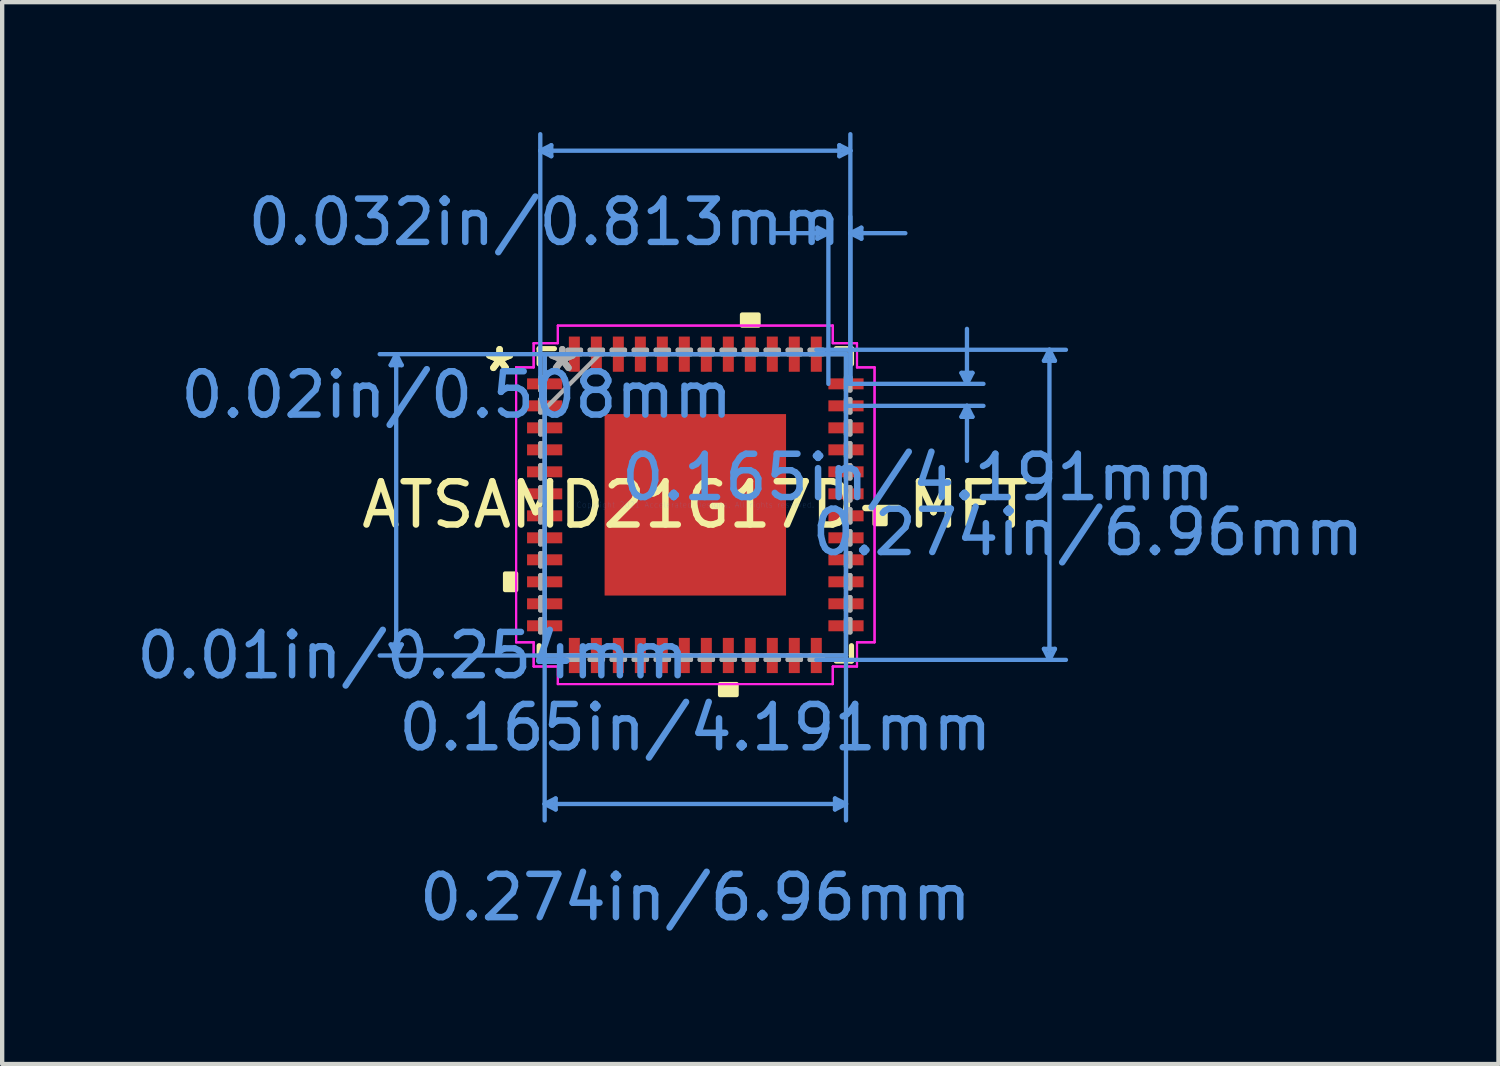
<source format=kicad_pcb>
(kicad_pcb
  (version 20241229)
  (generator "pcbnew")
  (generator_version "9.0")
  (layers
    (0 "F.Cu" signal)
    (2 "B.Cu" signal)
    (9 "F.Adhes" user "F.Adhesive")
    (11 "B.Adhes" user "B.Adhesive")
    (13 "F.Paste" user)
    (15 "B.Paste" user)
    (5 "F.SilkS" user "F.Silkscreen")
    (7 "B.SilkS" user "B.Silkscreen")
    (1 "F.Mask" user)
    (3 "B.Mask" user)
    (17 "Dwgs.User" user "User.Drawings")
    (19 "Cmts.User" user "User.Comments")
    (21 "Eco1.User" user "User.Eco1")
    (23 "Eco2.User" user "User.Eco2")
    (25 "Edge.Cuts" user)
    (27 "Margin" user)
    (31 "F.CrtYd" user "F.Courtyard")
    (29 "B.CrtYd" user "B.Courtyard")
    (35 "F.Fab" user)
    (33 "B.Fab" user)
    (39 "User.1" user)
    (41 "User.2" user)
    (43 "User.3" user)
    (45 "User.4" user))
  (footprint "ATSAMD21G17D-MFT"
    (layer "F.Cu")
    (at 13.01 8.61)
    (property "Reference" "ATSAMD21G17D-MFT" (at 0 0 0) (layer "F.SilkS") (effects (font (size 1 1) (thickness 0.15))))
    (attr through_hole)
    (fp_line (start -3.607 -3.607) (end -3.607 -3.254) (stroke (width 0.12) (type solid)) (layer "F.SilkS"))
    (fp_line (start -3.607 3.254) (end -3.607 3.607) (stroke (width 0.12) (type solid)) (layer "F.SilkS"))
    (fp_line (start -3.607 3.607) (end -3.254 3.607) (stroke (width 0.12) (type solid)) (layer "F.SilkS"))
    (fp_line (start -3.254 -3.607) (end -3.607 -3.607) (stroke (width 0.12) (type solid)) (layer "F.SilkS"))
    (fp_line (start 3.254 3.607) (end 3.607 3.607) (stroke (width 0.12) (type solid)) (layer "F.SilkS"))
    (fp_line (start 3.607 -3.607) (end 3.254 -3.607) (stroke (width 0.12) (type solid)) (layer "F.SilkS"))
    (fp_line (start 3.607 -3.254) (end 3.607 -3.607) (stroke (width 0.12) (type solid)) (layer "F.SilkS"))
    (fp_line (start 3.607 3.607) (end 3.607 3.254) (stroke (width 0.12) (type solid)) (layer "F.SilkS"))
    (fp_poly (pts (xy -4.394 1.587) (xy -4.394 1.968) (xy -4.14 1.968) (xy -4.14 1.587)) (stroke (width 0.1) (type solid)) (fill yes) (layer "F.SilkS"))
    (fp_poly (pts (xy 0.572 4.14) (xy 0.572 4.394) (xy 0.953 4.394) (xy 0.953 4.14)) (stroke (width 0.1) (type solid)) (fill yes) (layer "F.SilkS"))
    (fp_poly (pts (xy 1.079 -4.14) (xy 1.079 -4.394) (xy 1.46 -4.394) (xy 1.46 -4.14)) (stroke (width 0.1) (type solid)) (fill yes) (layer "F.SilkS"))
    (fp_poly (pts (xy 4.394 0.064) (xy 4.394 0.445) (xy 4.14 0.445) (xy 4.14 0.064)) (stroke (width 0.1) (type solid)) (fill yes) (layer "F.SilkS"))
    (fp_poly (pts (xy -1.996 -1.996) (xy -1.996 -0.798) (xy -0.798 -0.798) (xy -0.798 -1.996)) (stroke (width 0.1) (type solid)) (fill yes) (layer "F.Paste"))
    (fp_poly (pts (xy -1.996 -0.599) (xy -1.996 0.599) (xy -0.798 0.599) (xy -0.798 -0.599)) (stroke (width 0.1) (type solid)) (fill yes) (layer "F.Paste"))
    (fp_poly (pts (xy -1.996 0.798) (xy -1.996 1.996) (xy -0.798 1.996) (xy -0.798 0.798)) (stroke (width 0.1) (type solid)) (fill yes) (layer "F.Paste"))
    (fp_poly (pts (xy -0.599 -1.996) (xy -0.599 -0.798) (xy 0.599 -0.798) (xy 0.599 -1.996)) (stroke (width 0.1) (type solid)) (fill yes) (layer "F.Paste"))
    (fp_poly (pts (xy -0.599 -0.599) (xy -0.599 0.599) (xy 0.599 0.599) (xy 0.599 -0.599)) (stroke (width 0.1) (type solid)) (fill yes) (layer "F.Paste"))
    (fp_poly (pts (xy -0.599 0.798) (xy -0.599 1.996) (xy 0.599 1.996) (xy 0.599 0.798)) (stroke (width 0.1) (type solid)) (fill yes) (layer "F.Paste"))
    (fp_poly (pts (xy 0.798 -1.996) (xy 0.798 -0.798) (xy 1.996 -0.798) (xy 1.996 -1.996)) (stroke (width 0.1) (type solid)) (fill yes) (layer "F.Paste"))
    (fp_poly (pts (xy 0.798 -0.599) (xy 0.798 0.599) (xy 1.996 0.599) (xy 1.996 -0.599)) (stroke (width 0.1) (type solid)) (fill yes) (layer "F.Paste"))
    (fp_poly (pts (xy 0.798 0.798) (xy 0.798 1.996) (xy 1.996 1.996) (xy 1.996 0.798)) (stroke (width 0.1) (type solid)) (fill yes) (layer "F.Paste"))
    (fp_line (start -7.036 -3.226) (end -6.782 -3.226) (stroke (width 0.1) (type solid)) (layer "Cmts.User"))
    (fp_line (start -7.036 3.226) (end -6.782 3.226) (stroke (width 0.1) (type solid)) (layer "Cmts.User"))
    (fp_line (start -6.909 -3.48) (end -7.036 -3.226) (stroke (width 0.1) (type solid)) (layer "Cmts.User"))
    (fp_line (start -6.909 -3.48) (end -6.909 3.48) (stroke (width 0.1) (type solid)) (layer "Cmts.User"))
    (fp_line (start -6.909 -3.48) (end -6.782 -3.226) (stroke (width 0.1) (type solid)) (layer "Cmts.User"))
    (fp_line (start -6.909 3.48) (end -7.036 3.226) (stroke (width 0.1) (type solid)) (layer "Cmts.User"))
    (fp_line (start -6.909 3.48) (end -6.782 3.226) (stroke (width 0.1) (type solid)) (layer "Cmts.User"))
    (fp_line (start -3.581 -8.179) (end -3.327 -8.306) (stroke (width 0.1) (type solid)) (layer "Cmts.User"))
    (fp_line (start -3.581 -8.179) (end -3.327 -8.052) (stroke (width 0.1) (type solid)) (layer "Cmts.User"))
    (fp_line (start -3.581 -8.179) (end 3.581 -8.179) (stroke (width 0.1) (type solid)) (layer "Cmts.User"))
    (fp_line (start -3.581 -2.794) (end -3.581 -8.56) (stroke (width 0.1) (type solid)) (layer "Cmts.User"))
    (fp_line (start -3.48 -3.48) (end -3.48 7.29) (stroke (width 0.1) (type solid)) (layer "Cmts.User"))
    (fp_line (start -3.48 6.909) (end -3.226 6.782) (stroke (width 0.1) (type solid)) (layer "Cmts.User"))
    (fp_line (start -3.48 6.909) (end -3.226 7.036) (stroke (width 0.1) (type solid)) (layer "Cmts.User"))
    (fp_line (start -3.48 6.909) (end 3.48 6.909) (stroke (width 0.1) (type solid)) (layer "Cmts.User"))
    (fp_line (start -3.327 -8.306) (end -3.327 -8.052) (stroke (width 0.1) (type solid)) (layer "Cmts.User"))
    (fp_line (start -3.226 6.782) (end -3.226 7.036) (stroke (width 0.1) (type solid)) (layer "Cmts.User"))
    (fp_line (start 2.794 -3.581) (end 8.56 -3.581) (stroke (width 0.1) (type solid)) (layer "Cmts.User"))
    (fp_line (start 2.794 3.581) (end 8.56 3.581) (stroke (width 0.1) (type solid)) (layer "Cmts.User"))
    (fp_line (start 2.819 -6.401) (end 2.819 -6.147) (stroke (width 0.1) (type solid)) (layer "Cmts.User"))
    (fp_line (start 3.073 -6.274) (end 1.803 -6.274) (stroke (width 0.1) (type solid)) (layer "Cmts.User"))
    (fp_line (start 3.073 -6.274) (end 2.819 -6.401) (stroke (width 0.1) (type solid)) (layer "Cmts.User"))
    (fp_line (start 3.073 -6.274) (end 2.819 -6.147) (stroke (width 0.1) (type solid)) (layer "Cmts.User"))
    (fp_line (start 3.073 -2.794) (end 3.073 -6.655) (stroke (width 0.1) (type solid)) (layer "Cmts.User"))
    (fp_line (start 3.226 6.782) (end 3.226 7.036) (stroke (width 0.1) (type solid)) (layer "Cmts.User"))
    (fp_line (start 3.327 -8.306) (end 3.327 -8.052) (stroke (width 0.1) (type solid)) (layer "Cmts.User"))
    (fp_line (start 3.48 -3.48) (end -7.29 -3.48) (stroke (width 0.1) (type solid)) (layer "Cmts.User"))
    (fp_line (start 3.48 -3.48) (end 3.48 7.29) (stroke (width 0.1) (type solid)) (layer "Cmts.User"))
    (fp_line (start 3.48 -2.794) (end 6.655 -2.794) (stroke (width 0.1) (type solid)) (layer "Cmts.User"))
    (fp_line (start 3.48 -2.286) (end 6.655 -2.286) (stroke (width 0.1) (type solid)) (layer "Cmts.User"))
    (fp_line (start 3.48 3.48) (end -7.29 3.48) (stroke (width 0.1) (type solid)) (layer "Cmts.User"))
    (fp_line (start 3.48 6.909) (end 3.226 6.782) (stroke (width 0.1) (type solid)) (layer "Cmts.User"))
    (fp_line (start 3.48 6.909) (end 3.226 7.036) (stroke (width 0.1) (type solid)) (layer "Cmts.User"))
    (fp_line (start 3.581 -8.179) (end 3.327 -8.306) (stroke (width 0.1) (type solid)) (layer "Cmts.User"))
    (fp_line (start 3.581 -8.179) (end 3.327 -8.052) (stroke (width 0.1) (type solid)) (layer "Cmts.User"))
    (fp_line (start 3.581 -6.274) (end 3.835 -6.401) (stroke (width 0.1) (type solid)) (layer "Cmts.User"))
    (fp_line (start 3.581 -6.274) (end 3.835 -6.147) (stroke (width 0.1) (type solid)) (layer "Cmts.User"))
    (fp_line (start 3.581 -6.274) (end 4.851 -6.274) (stroke (width 0.1) (type solid)) (layer "Cmts.User"))
    (fp_line (start 3.581 -2.794) (end 3.581 -8.56) (stroke (width 0.1) (type solid)) (layer "Cmts.User"))
    (fp_line (start 3.581 -2.794) (end 3.581 -6.655) (stroke (width 0.1) (type solid)) (layer "Cmts.User"))
    (fp_line (start 3.835 -6.401) (end 3.835 -6.147) (stroke (width 0.1) (type solid)) (layer "Cmts.User"))
    (fp_line (start 6.147 -3.048) (end 6.401 -3.048) (stroke (width 0.1) (type solid)) (layer "Cmts.User"))
    (fp_line (start 6.147 -2.032) (end 6.401 -2.032) (stroke (width 0.1) (type solid)) (layer "Cmts.User"))
    (fp_line (start 6.274 -2.794) (end 6.147 -3.048) (stroke (width 0.1) (type solid)) (layer "Cmts.User"))
    (fp_line (start 6.274 -2.794) (end 6.274 -4.064) (stroke (width 0.1) (type solid)) (layer "Cmts.User"))
    (fp_line (start 6.274 -2.794) (end 6.401 -3.048) (stroke (width 0.1) (type solid)) (layer "Cmts.User"))
    (fp_line (start 6.274 -2.286) (end 6.147 -2.032) (stroke (width 0.1) (type solid)) (layer "Cmts.User"))
    (fp_line (start 6.274 -2.286) (end 6.274 -1.016) (stroke (width 0.1) (type solid)) (layer "Cmts.User"))
    (fp_line (start 6.274 -2.286) (end 6.401 -2.032) (stroke (width 0.1) (type solid)) (layer "Cmts.User"))
    (fp_line (start 8.052 -3.327) (end 8.306 -3.327) (stroke (width 0.1) (type solid)) (layer "Cmts.User"))
    (fp_line (start 8.052 3.327) (end 8.306 3.327) (stroke (width 0.1) (type solid)) (layer "Cmts.User"))
    (fp_line (start 8.179 -3.581) (end 8.052 -3.327) (stroke (width 0.1) (type solid)) (layer "Cmts.User"))
    (fp_line (start 8.179 -3.581) (end 8.179 3.581) (stroke (width 0.1) (type solid)) (layer "Cmts.User"))
    (fp_line (start 8.179 -3.581) (end 8.306 -3.327) (stroke (width 0.1) (type solid)) (layer "Cmts.User"))
    (fp_line (start 8.179 3.581) (end 8.052 3.327) (stroke (width 0.1) (type solid)) (layer "Cmts.User"))
    (fp_line (start 8.179 3.581) (end 8.306 3.327) (stroke (width 0.1) (type solid)) (layer "Cmts.User"))
    (fp_line (start -4.14 -3.175) (end -3.734 -3.175) (stroke (width 0.05) (type solid)) (layer "F.CrtYd"))
    (fp_line (start -4.14 -3.175) (end -3.734 -3.175) (stroke (width 0.05) (type solid)) (layer "F.CrtYd"))
    (fp_line (start -4.14 3.175) (end -4.14 -3.175) (stroke (width 0.05) (type solid)) (layer "F.CrtYd"))
    (fp_line (start -4.14 3.175) (end -4.14 -3.175) (stroke (width 0.05) (type solid)) (layer "F.CrtYd"))
    (fp_line (start -3.734 -3.734) (end -3.175 -3.734) (stroke (width 0.05) (type solid)) (layer "F.CrtYd"))
    (fp_line (start -3.734 -3.734) (end -3.175 -3.734) (stroke (width 0.05) (type solid)) (layer "F.CrtYd"))
    (fp_line (start -3.734 -3.175) (end -3.734 -3.734) (stroke (width 0.05) (type solid)) (layer "F.CrtYd"))
    (fp_line (start -3.734 -3.175) (end -3.734 -3.734) (stroke (width 0.05) (type solid)) (layer "F.CrtYd"))
    (fp_line (start -3.734 3.175) (end -4.14 3.175) (stroke (width 0.05) (type solid)) (layer "F.CrtYd"))
    (fp_line (start -3.734 3.175) (end -4.14 3.175) (stroke (width 0.05) (type solid)) (layer "F.CrtYd"))
    (fp_line (start -3.734 3.734) (end -3.734 3.175) (stroke (width 0.05) (type solid)) (layer "F.CrtYd"))
    (fp_line (start -3.734 3.734) (end -3.734 3.175) (stroke (width 0.05) (type solid)) (layer "F.CrtYd"))
    (fp_line (start -3.175 -4.14) (end 3.175 -4.14) (stroke (width 0.05) (type solid)) (layer "F.CrtYd"))
    (fp_line (start -3.175 -4.14) (end 3.175 -4.14) (stroke (width 0.05) (type solid)) (layer "F.CrtYd"))
    (fp_line (start -3.175 -3.734) (end -3.175 -4.14) (stroke (width 0.05) (type solid)) (layer "F.CrtYd"))
    (fp_line (start -3.175 -3.734) (end -3.175 -4.14) (stroke (width 0.05) (type solid)) (layer "F.CrtYd"))
    (fp_line (start -3.175 3.734) (end -3.734 3.734) (stroke (width 0.05) (type solid)) (layer "F.CrtYd"))
    (fp_line (start -3.175 3.734) (end -3.734 3.734) (stroke (width 0.05) (type solid)) (layer "F.CrtYd"))
    (fp_line (start -3.175 4.14) (end -3.175 3.734) (stroke (width 0.05) (type solid)) (layer "F.CrtYd"))
    (fp_line (start -3.175 4.14) (end -3.175 3.734) (stroke (width 0.05) (type solid)) (layer "F.CrtYd"))
    (fp_line (start 3.175 -4.14) (end 3.175 -3.734) (stroke (width 0.05) (type solid)) (layer "F.CrtYd"))
    (fp_line (start 3.175 -4.14) (end 3.175 -3.734) (stroke (width 0.05) (type solid)) (layer "F.CrtYd"))
    (fp_line (start 3.175 -3.734) (end 3.734 -3.734) (stroke (width 0.05) (type solid)) (layer "F.CrtYd"))
    (fp_line (start 3.175 -3.734) (end 3.734 -3.734) (stroke (width 0.05) (type solid)) (layer "F.CrtYd"))
    (fp_line (start 3.175 3.734) (end 3.175 4.14) (stroke (width 0.05) (type solid)) (layer "F.CrtYd"))
    (fp_line (start 3.175 3.734) (end 3.175 4.14) (stroke (width 0.05) (type solid)) (layer "F.CrtYd"))
    (fp_line (start 3.175 4.14) (end -3.175 4.14) (stroke (width 0.05) (type solid)) (layer "F.CrtYd"))
    (fp_line (start 3.175 4.14) (end -3.175 4.14) (stroke (width 0.05) (type solid)) (layer "F.CrtYd"))
    (fp_line (start 3.734 -3.734) (end 3.734 -3.175) (stroke (width 0.05) (type solid)) (layer "F.CrtYd"))
    (fp_line (start 3.734 -3.734) (end 3.734 -3.175) (stroke (width 0.05) (type solid)) (layer "F.CrtYd"))
    (fp_line (start 3.734 -3.175) (end 4.14 -3.175) (stroke (width 0.05) (type solid)) (layer "F.CrtYd"))
    (fp_line (start 3.734 -3.175) (end 4.14 -3.175) (stroke (width 0.05) (type solid)) (layer "F.CrtYd"))
    (fp_line (start 3.734 3.175) (end 3.734 3.734) (stroke (width 0.05) (type solid)) (layer "F.CrtYd"))
    (fp_line (start 3.734 3.175) (end 3.734 3.734) (stroke (width 0.05) (type solid)) (layer "F.CrtYd"))
    (fp_line (start 3.734 3.734) (end 3.175 3.734) (stroke (width 0.05) (type solid)) (layer "F.CrtYd"))
    (fp_line (start 3.734 3.734) (end 3.175 3.734) (stroke (width 0.05) (type solid)) (layer "F.CrtYd"))
    (fp_line (start 4.14 -3.175) (end 4.14 3.175) (stroke (width 0.05) (type solid)) (layer "F.CrtYd"))
    (fp_line (start 4.14 -3.175) (end 4.14 3.175) (stroke (width 0.05) (type solid)) (layer "F.CrtYd"))
    (fp_line (start 4.14 3.175) (end 3.734 3.175) (stroke (width 0.05) (type solid)) (layer "F.CrtYd"))
    (fp_line (start 4.14 3.175) (end 3.734 3.175) (stroke (width 0.05) (type solid)) (layer "F.CrtYd"))
    (fp_line (start -3.581 -2.946) (end -3.581 -2.642) (stroke (width 0.1) (type solid)) (layer "F.Fab"))
    (fp_line (start -3.581 -2.642) (end -3.48 -2.642) (stroke (width 0.1) (type solid)) (layer "F.Fab"))
    (fp_line (start -3.581 -2.438) (end -3.581 -2.134) (stroke (width 0.1) (type solid)) (layer "F.Fab"))
    (fp_line (start -3.581 -2.134) (end -3.48 -2.134) (stroke (width 0.1) (type solid)) (layer "F.Fab"))
    (fp_line (start -3.581 -1.93) (end -3.581 -1.626) (stroke (width 0.1) (type solid)) (layer "F.Fab"))
    (fp_line (start -3.581 -1.626) (end -3.48 -1.626) (stroke (width 0.1) (type solid)) (layer "F.Fab"))
    (fp_line (start -3.581 -1.422) (end -3.581 -1.118) (stroke (width 0.1) (type solid)) (layer "F.Fab"))
    (fp_line (start -3.581 -1.118) (end -3.48 -1.118) (stroke (width 0.1) (type solid)) (layer "F.Fab"))
    (fp_line (start -3.581 -0.914) (end -3.581 -0.61) (stroke (width 0.1) (type solid)) (layer "F.Fab"))
    (fp_line (start -3.581 -0.61) (end -3.48 -0.61) (stroke (width 0.1) (type solid)) (layer "F.Fab"))
    (fp_line (start -3.581 -0.406) (end -3.581 -0.102) (stroke (width 0.1) (type solid)) (layer "F.Fab"))
    (fp_line (start -3.581 -0.102) (end -3.48 -0.102) (stroke (width 0.1) (type solid)) (layer "F.Fab"))
    (fp_line (start -3.581 0.102) (end -3.581 0.406) (stroke (width 0.1) (type solid)) (layer "F.Fab"))
    (fp_line (start -3.581 0.406) (end -3.48 0.406) (stroke (width 0.1) (type solid)) (layer "F.Fab"))
    (fp_line (start -3.581 0.61) (end -3.581 0.914) (stroke (width 0.1) (type solid)) (layer "F.Fab"))
    (fp_line (start -3.581 0.914) (end -3.48 0.914) (stroke (width 0.1) (type solid)) (layer "F.Fab"))
    (fp_line (start -3.581 1.118) (end -3.581 1.422) (stroke (width 0.1) (type solid)) (layer "F.Fab"))
    (fp_line (start -3.581 1.422) (end -3.48 1.422) (stroke (width 0.1) (type solid)) (layer "F.Fab"))
    (fp_line (start -3.581 1.626) (end -3.581 1.93) (stroke (width 0.1) (type solid)) (layer "F.Fab"))
    (fp_line (start -3.581 1.93) (end -3.48 1.93) (stroke (width 0.1) (type solid)) (layer "F.Fab"))
    (fp_line (start -3.581 2.134) (end -3.581 2.438) (stroke (width 0.1) (type solid)) (layer "F.Fab"))
    (fp_line (start -3.581 2.438) (end -3.48 2.438) (stroke (width 0.1) (type solid)) (layer "F.Fab"))
    (fp_line (start -3.581 2.642) (end -3.581 2.946) (stroke (width 0.1) (type solid)) (layer "F.Fab"))
    (fp_line (start -3.581 2.946) (end -3.48 2.946) (stroke (width 0.1) (type solid)) (layer "F.Fab"))
    (fp_line (start -3.48 -3.48) (end -3.48 -3.48) (stroke (width 0.1) (type solid)) (layer "F.Fab"))
    (fp_line (start -3.48 -3.48) (end -3.48 3.48) (stroke (width 0.1) (type solid)) (layer "F.Fab"))
    (fp_line (start -3.48 -2.946) (end -3.581 -2.946) (stroke (width 0.1) (type solid)) (layer "F.Fab"))
    (fp_line (start -3.48 -2.642) (end -3.48 -2.946) (stroke (width 0.1) (type solid)) (layer "F.Fab"))
    (fp_line (start -3.48 -2.438) (end -3.581 -2.438) (stroke (width 0.1) (type solid)) (layer "F.Fab"))
    (fp_line (start -3.48 -2.21) (end -2.21 -3.48) (stroke (width 0.1) (type solid)) (layer "F.Fab"))
    (fp_line (start -3.48 -2.134) (end -3.48 -2.438) (stroke (width 0.1) (type solid)) (layer "F.Fab"))
    (fp_line (start -3.48 -1.93) (end -3.581 -1.93) (stroke (width 0.1) (type solid)) (layer "F.Fab"))
    (fp_line (start -3.48 -1.626) (end -3.48 -1.93) (stroke (width 0.1) (type solid)) (layer "F.Fab"))
    (fp_line (start -3.48 -1.422) (end -3.581 -1.422) (stroke (width 0.1) (type solid)) (layer "F.Fab"))
    (fp_line (start -3.48 -1.118) (end -3.48 -1.422) (stroke (width 0.1) (type solid)) (layer "F.Fab"))
    (fp_line (start -3.48 -0.914) (end -3.581 -0.914) (stroke (width 0.1) (type solid)) (layer "F.Fab"))
    (fp_line (start -3.48 -0.61) (end -3.48 -0.914) (stroke (width 0.1) (type solid)) (layer "F.Fab"))
    (fp_line (start -3.48 -0.406) (end -3.581 -0.406) (stroke (width 0.1) (type solid)) (layer "F.Fab"))
    (fp_line (start -3.48 -0.102) (end -3.48 -0.406) (stroke (width 0.1) (type solid)) (layer "F.Fab"))
    (fp_line (start -3.48 0.102) (end -3.581 0.102) (stroke (width 0.1) (type solid)) (layer "F.Fab"))
    (fp_line (start -3.48 0.406) (end -3.48 0.102) (stroke (width 0.1) (type solid)) (layer "F.Fab"))
    (fp_line (start -3.48 0.61) (end -3.581 0.61) (stroke (width 0.1) (type solid)) (layer "F.Fab"))
    (fp_line (start -3.48 0.914) (end -3.48 0.61) (stroke (width 0.1) (type solid)) (layer "F.Fab"))
    (fp_line (start -3.48 1.118) (end -3.581 1.118) (stroke (width 0.1) (type solid)) (layer "F.Fab"))
    (fp_line (start -3.48 1.422) (end -3.48 1.118) (stroke (width 0.1) (type solid)) (layer "F.Fab"))
    (fp_line (start -3.48 1.626) (end -3.581 1.626) (stroke (width 0.1) (type solid)) (layer "F.Fab"))
    (fp_line (start -3.48 1.93) (end -3.48 1.626) (stroke (width 0.1) (type solid)) (layer "F.Fab"))
    (fp_line (start -3.48 2.134) (end -3.581 2.134) (stroke (width 0.1) (type solid)) (layer "F.Fab"))
    (fp_line (start -3.48 2.438) (end -3.48 2.134) (stroke (width 0.1) (type solid)) (layer "F.Fab"))
    (fp_line (start -3.48 2.642) (end -3.581 2.642) (stroke (width 0.1) (type solid)) (layer "F.Fab"))
    (fp_line (start -3.48 2.946) (end -3.48 2.642) (stroke (width 0.1) (type solid)) (layer "F.Fab"))
    (fp_line (start -3.48 3.48) (end -3.48 3.48) (stroke (width 0.1) (type solid)) (layer "F.Fab"))
    (fp_line (start -3.48 3.48) (end 3.48 3.48) (stroke (width 0.1) (type solid)) (layer "F.Fab"))
    (fp_line (start -2.946 -3.581) (end -2.946 -3.48) (stroke (width 0.1) (type solid)) (layer "F.Fab"))
    (fp_line (start -2.946 -3.48) (end -2.642 -3.48) (stroke (width 0.1) (type solid)) (layer "F.Fab"))
    (fp_line (start -2.946 3.48) (end -2.946 3.581) (stroke (width 0.1) (type solid)) (layer "F.Fab"))
    (fp_line (start -2.946 3.581) (end -2.642 3.581) (stroke (width 0.1) (type solid)) (layer "F.Fab"))
    (fp_line (start -2.642 -3.581) (end -2.946 -3.581) (stroke (width 0.1) (type solid)) (layer "F.Fab"))
    (fp_line (start -2.642 -3.48) (end -2.642 -3.581) (stroke (width 0.1) (type solid)) (layer "F.Fab"))
    (fp_line (start -2.642 3.48) (end -2.946 3.48) (stroke (width 0.1) (type solid)) (layer "F.Fab"))
    (fp_line (start -2.642 3.581) (end -2.642 3.48) (stroke (width 0.1) (type solid)) (layer "F.Fab"))
    (fp_line (start -2.438 -3.581) (end -2.438 -3.48) (stroke (width 0.1) (type solid)) (layer "F.Fab"))
    (fp_line (start -2.438 -3.48) (end -2.134 -3.48) (stroke (width 0.1) (type solid)) (layer "F.Fab"))
    (fp_line (start -2.438 3.48) (end -2.438 3.581) (stroke (width 0.1) (type solid)) (layer "F.Fab"))
    (fp_line (start -2.438 3.581) (end -2.134 3.581) (stroke (width 0.1) (type solid)) (layer "F.Fab"))
    (fp_line (start -2.134 -3.581) (end -2.438 -3.581) (stroke (width 0.1) (type solid)) (layer "F.Fab"))
    (fp_line (start -2.134 -3.48) (end -2.134 -3.581) (stroke (width 0.1) (type solid)) (layer "F.Fab"))
    (fp_line (start -2.134 3.48) (end -2.438 3.48) (stroke (width 0.1) (type solid)) (layer "F.Fab"))
    (fp_line (start -2.134 3.581) (end -2.134 3.48) (stroke (width 0.1) (type solid)) (layer "F.Fab"))
    (fp_line (start -1.93 -3.581) (end -1.93 -3.48) (stroke (width 0.1) (type solid)) (layer "F.Fab"))
    (fp_line (start -1.93 -3.48) (end -1.626 -3.48) (stroke (width 0.1) (type solid)) (layer "F.Fab"))
    (fp_line (start -1.93 3.48) (end -1.93 3.581) (stroke (width 0.1) (type solid)) (layer "F.Fab"))
    (fp_line (start -1.93 3.581) (end -1.626 3.581) (stroke (width 0.1) (type solid)) (layer "F.Fab"))
    (fp_line (start -1.626 -3.581) (end -1.93 -3.581) (stroke (width 0.1) (type solid)) (layer "F.Fab"))
    (fp_line (start -1.626 -3.48) (end -1.626 -3.581) (stroke (width 0.1) (type solid)) (layer "F.Fab"))
    (fp_line (start -1.626 3.48) (end -1.93 3.48) (stroke (width 0.1) (type solid)) (layer "F.Fab"))
    (fp_line (start -1.626 3.581) (end -1.626 3.48) (stroke (width 0.1) (type solid)) (layer "F.Fab"))
    (fp_line (start -1.422 -3.581) (end -1.422 -3.48) (stroke (width 0.1) (type solid)) (layer "F.Fab"))
    (fp_line (start -1.422 -3.48) (end -1.118 -3.48) (stroke (width 0.1) (type solid)) (layer "F.Fab"))
    (fp_line (start -1.422 3.48) (end -1.422 3.581) (stroke (width 0.1) (type solid)) (layer "F.Fab"))
    (fp_line (start -1.422 3.581) (end -1.118 3.581) (stroke (width 0.1) (type solid)) (layer "F.Fab"))
    (fp_line (start -1.118 -3.581) (end -1.422 -3.581) (stroke (width 0.1) (type solid)) (layer "F.Fab"))
    (fp_line (start -1.118 -3.48) (end -1.118 -3.581) (stroke (width 0.1) (type solid)) (layer "F.Fab"))
    (fp_line (start -1.118 3.48) (end -1.422 3.48) (stroke (width 0.1) (type solid)) (layer "F.Fab"))
    (fp_line (start -1.118 3.581) (end -1.118 3.48) (stroke (width 0.1) (type solid)) (layer "F.Fab"))
    (fp_line (start -0.914 -3.581) (end -0.914 -3.48) (stroke (width 0.1) (type solid)) (layer "F.Fab"))
    (fp_line (start -0.914 -3.48) (end -0.61 -3.48) (stroke (width 0.1) (type solid)) (layer "F.Fab"))
    (fp_line (start -0.914 3.48) (end -0.914 3.581) (stroke (width 0.1) (type solid)) (layer "F.Fab"))
    (fp_line (start -0.914 3.581) (end -0.61 3.581) (stroke (width 0.1) (type solid)) (layer "F.Fab"))
    (fp_line (start -0.61 -3.581) (end -0.914 -3.581) (stroke (width 0.1) (type solid)) (layer "F.Fab"))
    (fp_line (start -0.61 -3.48) (end -0.61 -3.581) (stroke (width 0.1) (type solid)) (layer "F.Fab"))
    (fp_line (start -0.61 3.48) (end -0.914 3.48) (stroke (width 0.1) (type solid)) (layer "F.Fab"))
    (fp_line (start -0.61 3.581) (end -0.61 3.48) (stroke (width 0.1) (type solid)) (layer "F.Fab"))
    (fp_line (start -0.406 -3.581) (end -0.406 -3.48) (stroke (width 0.1) (type solid)) (layer "F.Fab"))
    (fp_line (start -0.406 -3.48) (end -0.102 -3.48) (stroke (width 0.1) (type solid)) (layer "F.Fab"))
    (fp_line (start -0.406 3.48) (end -0.406 3.581) (stroke (width 0.1) (type solid)) (layer "F.Fab"))
    (fp_line (start -0.406 3.581) (end -0.102 3.581) (stroke (width 0.1) (type solid)) (layer "F.Fab"))
    (fp_line (start -0.102 -3.581) (end -0.406 -3.581) (stroke (width 0.1) (type solid)) (layer "F.Fab"))
    (fp_line (start -0.102 -3.48) (end -0.102 -3.581) (stroke (width 0.1) (type solid)) (layer "F.Fab"))
    (fp_line (start -0.102 3.48) (end -0.406 3.48) (stroke (width 0.1) (type solid)) (layer "F.Fab"))
    (fp_line (start -0.102 3.581) (end -0.102 3.48) (stroke (width 0.1) (type solid)) (layer "F.Fab"))
    (fp_line (start 0.102 -3.581) (end 0.102 -3.48) (stroke (width 0.1) (type solid)) (layer "F.Fab"))
    (fp_line (start 0.102 -3.48) (end 0.406 -3.48) (stroke (width 0.1) (type solid)) (layer "F.Fab"))
    (fp_line (start 0.102 3.48) (end 0.102 3.581) (stroke (width 0.1) (type solid)) (layer "F.Fab"))
    (fp_line (start 0.102 3.581) (end 0.406 3.581) (stroke (width 0.1) (type solid)) (layer "F.Fab"))
    (fp_line (start 0.406 -3.581) (end 0.102 -3.581) (stroke (width 0.1) (type solid)) (layer "F.Fab"))
    (fp_line (start 0.406 -3.48) (end 0.406 -3.581) (stroke (width 0.1) (type solid)) (layer "F.Fab"))
    (fp_line (start 0.406 3.48) (end 0.102 3.48) (stroke (width 0.1) (type solid)) (layer "F.Fab"))
    (fp_line (start 0.406 3.581) (end 0.406 3.48) (stroke (width 0.1) (type solid)) (layer "F.Fab"))
    (fp_line (start 0.61 -3.581) (end 0.61 -3.48) (stroke (width 0.1) (type solid)) (layer "F.Fab"))
    (fp_line (start 0.61 -3.48) (end 0.914 -3.48) (stroke (width 0.1) (type solid)) (layer "F.Fab"))
    (fp_line (start 0.61 3.48) (end 0.61 3.581) (stroke (width 0.1) (type solid)) (layer "F.Fab"))
    (fp_line (start 0.61 3.581) (end 0.914 3.581) (stroke (width 0.1) (type solid)) (layer "F.Fab"))
    (fp_line (start 0.914 -3.581) (end 0.61 -3.581) (stroke (width 0.1) (type solid)) (layer "F.Fab"))
    (fp_line (start 0.914 -3.48) (end 0.914 -3.581) (stroke (width 0.1) (type solid)) (layer "F.Fab"))
    (fp_line (start 0.914 3.48) (end 0.61 3.48) (stroke (width 0.1) (type solid)) (layer "F.Fab"))
    (fp_line (start 0.914 3.581) (end 0.914 3.48) (stroke (width 0.1) (type solid)) (layer "F.Fab"))
    (fp_line (start 1.118 -3.581) (end 1.118 -3.48) (stroke (width 0.1) (type solid)) (layer "F.Fab"))
    (fp_line (start 1.118 -3.48) (end 1.422 -3.48) (stroke (width 0.1) (type solid)) (layer "F.Fab"))
    (fp_line (start 1.118 3.48) (end 1.118 3.581) (stroke (width 0.1) (type solid)) (layer "F.Fab"))
    (fp_line (start 1.118 3.581) (end 1.422 3.581) (stroke (width 0.1) (type solid)) (layer "F.Fab"))
    (fp_line (start 1.422 -3.581) (end 1.118 -3.581) (stroke (width 0.1) (type solid)) (layer "F.Fab"))
    (fp_line (start 1.422 -3.48) (end 1.422 -3.581) (stroke (width 0.1) (type solid)) (layer "F.Fab"))
    (fp_line (start 1.422 3.48) (end 1.118 3.48) (stroke (width 0.1) (type solid)) (layer "F.Fab"))
    (fp_line (start 1.422 3.581) (end 1.422 3.48) (stroke (width 0.1) (type solid)) (layer "F.Fab"))
    (fp_line (start 1.626 -3.581) (end 1.626 -3.48) (stroke (width 0.1) (type solid)) (layer "F.Fab"))
    (fp_line (start 1.626 -3.48) (end 1.93 -3.48) (stroke (width 0.1) (type solid)) (layer "F.Fab"))
    (fp_line (start 1.626 3.48) (end 1.626 3.581) (stroke (width 0.1) (type solid)) (layer "F.Fab"))
    (fp_line (start 1.626 3.581) (end 1.93 3.581) (stroke (width 0.1) (type solid)) (layer "F.Fab"))
    (fp_line (start 1.93 -3.581) (end 1.626 -3.581) (stroke (width 0.1) (type solid)) (layer "F.Fab"))
    (fp_line (start 1.93 -3.48) (end 1.93 -3.581) (stroke (width 0.1) (type solid)) (layer "F.Fab"))
    (fp_line (start 1.93 3.48) (end 1.626 3.48) (stroke (width 0.1) (type solid)) (layer "F.Fab"))
    (fp_line (start 1.93 3.581) (end 1.93 3.48) (stroke (width 0.1) (type solid)) (layer "F.Fab"))
    (fp_line (start 2.134 -3.581) (end 2.134 -3.48) (stroke (width 0.1) (type solid)) (layer "F.Fab"))
    (fp_line (start 2.134 -3.48) (end 2.438 -3.48) (stroke (width 0.1) (type solid)) (layer "F.Fab"))
    (fp_line (start 2.134 3.48) (end 2.134 3.581) (stroke (width 0.1) (type solid)) (layer "F.Fab"))
    (fp_line (start 2.134 3.581) (end 2.438 3.581) (stroke (width 0.1) (type solid)) (layer "F.Fab"))
    (fp_line (start 2.438 -3.581) (end 2.134 -3.581) (stroke (width 0.1) (type solid)) (layer "F.Fab"))
    (fp_line (start 2.438 -3.48) (end 2.438 -3.581) (stroke (width 0.1) (type solid)) (layer "F.Fab"))
    (fp_line (start 2.438 3.48) (end 2.134 3.48) (stroke (width 0.1) (type solid)) (layer "F.Fab"))
    (fp_line (start 2.438 3.581) (end 2.438 3.48) (stroke (width 0.1) (type solid)) (layer "F.Fab"))
    (fp_line (start 2.642 -3.581) (end 2.642 -3.48) (stroke (width 0.1) (type solid)) (layer "F.Fab"))
    (fp_line (start 2.642 -3.48) (end 2.946 -3.48) (stroke (width 0.1) (type solid)) (layer "F.Fab"))
    (fp_line (start 2.642 3.48) (end 2.642 3.581) (stroke (width 0.1) (type solid)) (layer "F.Fab"))
    (fp_line (start 2.642 3.581) (end 2.946 3.581) (stroke (width 0.1) (type solid)) (layer "F.Fab"))
    (fp_line (start 2.946 -3.581) (end 2.642 -3.581) (stroke (width 0.1) (type solid)) (layer "F.Fab"))
    (fp_line (start 2.946 -3.48) (end 2.946 -3.581) (stroke (width 0.1) (type solid)) (layer "F.Fab"))
    (fp_line (start 2.946 3.48) (end 2.642 3.48) (stroke (width 0.1) (type solid)) (layer "F.Fab"))
    (fp_line (start 2.946 3.581) (end 2.946 3.48) (stroke (width 0.1) (type solid)) (layer "F.Fab"))
    (fp_line (start 3.48 -3.48) (end -3.48 -3.48) (stroke (width 0.1) (type solid)) (layer "F.Fab"))
    (fp_line (start 3.48 -3.48) (end 3.48 -3.48) (stroke (width 0.1) (type solid)) (layer "F.Fab"))
    (fp_line (start 3.48 -2.946) (end 3.48 -2.642) (stroke (width 0.1) (type solid)) (layer "F.Fab"))
    (fp_line (start 3.48 -2.642) (end 3.581 -2.642) (stroke (width 0.1) (type solid)) (layer "F.Fab"))
    (fp_line (start 3.48 -2.438) (end 3.48 -2.134) (stroke (width 0.1) (type solid)) (layer "F.Fab"))
    (fp_line (start 3.48 -2.134) (end 3.581 -2.134) (stroke (width 0.1) (type solid)) (layer "F.Fab"))
    (fp_line (start 3.48 -1.93) (end 3.48 -1.626) (stroke (width 0.1) (type solid)) (layer "F.Fab"))
    (fp_line (start 3.48 -1.626) (end 3.581 -1.626) (stroke (width 0.1) (type solid)) (layer "F.Fab"))
    (fp_line (start 3.48 -1.422) (end 3.48 -1.118) (stroke (width 0.1) (type solid)) (layer "F.Fab"))
    (fp_line (start 3.48 -1.118) (end 3.581 -1.118) (stroke (width 0.1) (type solid)) (layer "F.Fab"))
    (fp_line (start 3.48 -0.914) (end 3.48 -0.61) (stroke (width 0.1) (type solid)) (layer "F.Fab"))
    (fp_line (start 3.48 -0.61) (end 3.581 -0.61) (stroke (width 0.1) (type solid)) (layer "F.Fab"))
    (fp_line (start 3.48 -0.406) (end 3.48 -0.102) (stroke (width 0.1) (type solid)) (layer "F.Fab"))
    (fp_line (start 3.48 -0.102) (end 3.581 -0.102) (stroke (width 0.1) (type solid)) (layer "F.Fab"))
    (fp_line (start 3.48 0.102) (end 3.48 0.406) (stroke (width 0.1) (type solid)) (layer "F.Fab"))
    (fp_line (start 3.48 0.406) (end 3.581 0.406) (stroke (width 0.1) (type solid)) (layer "F.Fab"))
    (fp_line (start 3.48 0.61) (end 3.48 0.914) (stroke (width 0.1) (type solid)) (layer "F.Fab"))
    (fp_line (start 3.48 0.914) (end 3.581 0.914) (stroke (width 0.1) (type solid)) (layer "F.Fab"))
    (fp_line (start 3.48 1.118) (end 3.48 1.422) (stroke (width 0.1) (type solid)) (layer "F.Fab"))
    (fp_line (start 3.48 1.422) (end 3.581 1.422) (stroke (width 0.1) (type solid)) (layer "F.Fab"))
    (fp_line (start 3.48 1.626) (end 3.48 1.93) (stroke (width 0.1) (type solid)) (layer "F.Fab"))
    (fp_line (start 3.48 1.93) (end 3.581 1.93) (stroke (width 0.1) (type solid)) (layer "F.Fab"))
    (fp_line (start 3.48 2.134) (end 3.48 2.438) (stroke (width 0.1) (type solid)) (layer "F.Fab"))
    (fp_line (start 3.48 2.438) (end 3.581 2.438) (stroke (width 0.1) (type solid)) (layer "F.Fab"))
    (fp_line (start 3.48 2.642) (end 3.48 2.946) (stroke (width 0.1) (type solid)) (layer "F.Fab"))
    (fp_line (start 3.48 2.946) (end 3.581 2.946) (stroke (width 0.1) (type solid)) (layer "F.Fab"))
    (fp_line (start 3.48 3.48) (end 3.48 -3.48) (stroke (width 0.1) (type solid)) (layer "F.Fab"))
    (fp_line (start 3.48 3.48) (end 3.48 3.48) (stroke (width 0.1) (type solid)) (layer "F.Fab"))
    (fp_line (start 3.581 -2.946) (end 3.48 -2.946) (stroke (width 0.1) (type solid)) (layer "F.Fab"))
    (fp_line (start 3.581 -2.642) (end 3.581 -2.946) (stroke (width 0.1) (type solid)) (layer "F.Fab"))
    (fp_line (start 3.581 -2.438) (end 3.48 -2.438) (stroke (width 0.1) (type solid)) (layer "F.Fab"))
    (fp_line (start 3.581 -2.134) (end 3.581 -2.438) (stroke (width 0.1) (type solid)) (layer "F.Fab"))
    (fp_line (start 3.581 -1.93) (end 3.48 -1.93) (stroke (width 0.1) (type solid)) (layer "F.Fab"))
    (fp_line (start 3.581 -1.626) (end 3.581 -1.93) (stroke (width 0.1) (type solid)) (layer "F.Fab"))
    (fp_line (start 3.581 -1.422) (end 3.48 -1.422) (stroke (width 0.1) (type solid)) (layer "F.Fab"))
    (fp_line (start 3.581 -1.118) (end 3.581 -1.422) (stroke (width 0.1) (type solid)) (layer "F.Fab"))
    (fp_line (start 3.581 -0.914) (end 3.48 -0.914) (stroke (width 0.1) (type solid)) (layer "F.Fab"))
    (fp_line (start 3.581 -0.61) (end 3.581 -0.914) (stroke (width 0.1) (type solid)) (layer "F.Fab"))
    (fp_line (start 3.581 -0.406) (end 3.48 -0.406) (stroke (width 0.1) (type solid)) (layer "F.Fab"))
    (fp_line (start 3.581 -0.102) (end 3.581 -0.406) (stroke (width 0.1) (type solid)) (layer "F.Fab"))
    (fp_line (start 3.581 0.102) (end 3.48 0.102) (stroke (width 0.1) (type solid)) (layer "F.Fab"))
    (fp_line (start 3.581 0.406) (end 3.581 0.102) (stroke (width 0.1) (type solid)) (layer "F.Fab"))
    (fp_line (start 3.581 0.61) (end 3.48 0.61) (stroke (width 0.1) (type solid)) (layer "F.Fab"))
    (fp_line (start 3.581 0.914) (end 3.581 0.61) (stroke (width 0.1) (type solid)) (layer "F.Fab"))
    (fp_line (start 3.581 1.118) (end 3.48 1.118) (stroke (width 0.1) (type solid)) (layer "F.Fab"))
    (fp_line (start 3.581 1.422) (end 3.581 1.118) (stroke (width 0.1) (type solid)) (layer "F.Fab"))
    (fp_line (start 3.581 1.626) (end 3.48 1.626) (stroke (width 0.1) (type solid)) (layer "F.Fab"))
    (fp_line (start 3.581 1.93) (end 3.581 1.626) (stroke (width 0.1) (type solid)) (layer "F.Fab"))
    (fp_line (start 3.581 2.134) (end 3.48 2.134) (stroke (width 0.1) (type solid)) (layer "F.Fab"))
    (fp_line (start 3.581 2.438) (end 3.581 2.134) (stroke (width 0.1) (type solid)) (layer "F.Fab"))
    (fp_line (start 3.581 2.642) (end 3.48 2.642) (stroke (width 0.1) (type solid)) (layer "F.Fab"))
    (fp_line (start 3.581 2.946) (end 3.581 2.642) (stroke (width 0.1) (type solid)) (layer "F.Fab"))
    (fp_text user "*" (at -4.521 -3.048 0) (layer "F.SilkS") (effects (font (size 1 1) (thickness 0.15))))
    (fp_text user "*" (at -4.521 -3.048 0) (layer "F.SilkS") (effects (font (size 1 1) (thickness 0.15))))
    (fp_text user "0.274in/6.96mm" (at 0 9.068 0) (layer "Cmts.User") (effects (font (size 1 1) (thickness 0.15))))
    (fp_text user "0.032in/0.813mm" (at -3.48 -6.528 0) (layer "Cmts.User") (effects (font (size 1 1) (thickness 0.15))))
    (fp_text user "0.02in/0.508mm" (at -5.512 -2.54 0) (layer "Cmts.User") (effects (font (size 1 1) (thickness 0.15))))
    (fp_text user "Copyright 2021 Accelerated Designs. All rights reserved." (at 0 0 0) (layer "Cmts.User") (effects (font (size 0.127 0.127) (thickness 0.002))))
    (fp_text user "0.165in/4.191mm" (at 0 5.144 0) (layer "Cmts.User") (effects (font (size 1 1) (thickness 0.15))))
    (fp_text user "0.274in/6.96mm" (at 9.068 0.635 0) (layer "Cmts.User") (effects (font (size 1 1) (thickness 0.15))))
    (fp_text user "0.165in/4.191mm" (at 5.144 -0.635 0) (layer "Cmts.User") (effects (font (size 1 1) (thickness 0.15))))
    (fp_text user "0.01in/0.254mm" (at -6.528 3.48 0) (layer "Cmts.User") (effects (font (size 1 1) (thickness 0.15))))
    (fp_text user "*" (at -3.073 -3.048 0) (layer "F.Fab") (effects (font (size 1 1) (thickness 0.15))))
    (fp_text user "*" (at -3.073 -3.048 0) (layer "F.Fab") (effects (font (size 1 1) (thickness 0.15))))
    (pad "1" smd rect (at -3.48 -2.794 90) (size 0.254 0.813) (layers "F.Cu" "F.Mask" "F.Paste"))
    (pad "2" smd rect (at -3.48 -2.286 90) (size 0.254 0.813) (layers "F.Cu" "F.Mask" "F.Paste"))
    (pad "3" smd rect (at -3.48 -1.778 90) (size 0.254 0.813) (layers "F.Cu" "F.Mask" "F.Paste"))
    (pad "4" smd rect (at -3.48 -1.27 90) (size 0.254 0.813) (layers "F.Cu" "F.Mask" "F.Paste"))
    (pad "5" smd rect (at -3.48 -0.762 90) (size 0.254 0.813) (layers "F.Cu" "F.Mask" "F.Paste"))
    (pad "6" smd rect (at -3.48 -0.254 90) (size 0.254 0.813) (layers "F.Cu" "F.Mask" "F.Paste"))
    (pad "7" smd rect (at -3.48 0.254 90) (size 0.254 0.813) (layers "F.Cu" "F.Mask" "F.Paste"))
    (pad "8" smd rect (at -3.48 0.762 90) (size 0.254 0.813) (layers "F.Cu" "F.Mask" "F.Paste"))
    (pad "9" smd rect (at -3.48 1.27 90) (size 0.254 0.813) (layers "F.Cu" "F.Mask" "F.Paste"))
    (pad "10" smd rect (at -3.48 1.778 90) (size 0.254 0.813) (layers "F.Cu" "F.Mask" "F.Paste"))
    (pad "11" smd rect (at -3.48 2.286 90) (size 0.254 0.813) (layers "F.Cu" "F.Mask" "F.Paste"))
    (pad "12" smd rect (at -3.48 2.794 90) (size 0.254 0.813) (layers "F.Cu" "F.Mask" "F.Paste"))
    (pad "13" smd rect (at -2.794 3.48) (size 0.254 0.813) (layers "F.Cu" "F.Mask" "F.Paste"))
    (pad "14" smd rect (at -2.286 3.48) (size 0.254 0.813) (layers "F.Cu" "F.Mask" "F.Paste"))
    (pad "15" smd rect (at -1.778 3.48) (size 0.254 0.813) (layers "F.Cu" "F.Mask" "F.Paste"))
    (pad "16" smd rect (at -1.27 3.48) (size 0.254 0.813) (layers "F.Cu" "F.Mask" "F.Paste"))
    (pad "17" smd rect (at -0.762 3.48) (size 0.254 0.813) (layers "F.Cu" "F.Mask" "F.Paste"))
    (pad "18" smd rect (at -0.254 3.48) (size 0.254 0.813) (layers "F.Cu" "F.Mask" "F.Paste"))
    (pad "19" smd rect (at 0.254 3.48) (size 0.254 0.813) (layers "F.Cu" "F.Mask" "F.Paste"))
    (pad "20" smd rect (at 0.762 3.48) (size 0.254 0.813) (layers "F.Cu" "F.Mask" "F.Paste"))
    (pad "21" smd rect (at 1.27 3.48) (size 0.254 0.813) (layers "F.Cu" "F.Mask" "F.Paste"))
    (pad "22" smd rect (at 1.778 3.48) (size 0.254 0.813) (layers "F.Cu" "F.Mask" "F.Paste"))
    (pad "23" smd rect (at 2.286 3.48) (size 0.254 0.813) (layers "F.Cu" "F.Mask" "F.Paste"))
    (pad "24" smd rect (at 2.794 3.48) (size 0.254 0.813) (layers "F.Cu" "F.Mask" "F.Paste"))
    (pad "25" smd rect (at 3.48 2.794 90) (size 0.254 0.813) (layers "F.Cu" "F.Mask" "F.Paste"))
    (pad "26" smd rect (at 3.48 2.286 90) (size 0.254 0.813) (layers "F.Cu" "F.Mask" "F.Paste"))
    (pad "27" smd rect (at 3.48 1.778 90) (size 0.254 0.813) (layers "F.Cu" "F.Mask" "F.Paste"))
    (pad "28" smd rect (at 3.48 1.27 90) (size 0.254 0.813) (layers "F.Cu" "F.Mask" "F.Paste"))
    (pad "29" smd rect (at 3.48 0.762 90) (size 0.254 0.813) (layers "F.Cu" "F.Mask" "F.Paste"))
    (pad "30" smd rect (at 3.48 0.254 90) (size 0.254 0.813) (layers "F.Cu" "F.Mask" "F.Paste"))
    (pad "31" smd rect (at 3.48 -0.254 90) (size 0.254 0.813) (layers "F.Cu" "F.Mask" "F.Paste"))
    (pad "32" smd rect (at 3.48 -0.762 90) (size 0.254 0.813) (layers "F.Cu" "F.Mask" "F.Paste"))
    (pad "33" smd rect (at 3.48 -1.27 90) (size 0.254 0.813) (layers "F.Cu" "F.Mask" "F.Paste"))
    (pad "34" smd rect (at 3.48 -1.778 90) (size 0.254 0.813) (layers "F.Cu" "F.Mask" "F.Paste"))
    (pad "35" smd rect (at 3.48 -2.286 90) (size 0.254 0.813) (layers "F.Cu" "F.Mask" "F.Paste"))
    (pad "36" smd rect (at 3.48 -2.794 90) (size 0.254 0.813) (layers "F.Cu" "F.Mask" "F.Paste"))
    (pad "37" smd rect (at 2.794 -3.48) (size 0.254 0.813) (layers "F.Cu" "F.Mask" "F.Paste"))
    (pad "38" smd rect (at 2.286 -3.48) (size 0.254 0.813) (layers "F.Cu" "F.Mask" "F.Paste"))
    (pad "39" smd rect (at 1.778 -3.48) (size 0.254 0.813) (layers "F.Cu" "F.Mask" "F.Paste"))
    (pad "40" smd rect (at 1.27 -3.48) (size 0.254 0.813) (layers "F.Cu" "F.Mask" "F.Paste"))
    (pad "41" smd rect (at 0.762 -3.48) (size 0.254 0.813) (layers "F.Cu" "F.Mask" "F.Paste"))
    (pad "42" smd rect (at 0.254 -3.48) (size 0.254 0.813) (layers "F.Cu" "F.Mask" "F.Paste"))
    (pad "43" smd rect (at -0.254 -3.48) (size 0.254 0.813) (layers "F.Cu" "F.Mask" "F.Paste"))
    (pad "44" smd rect (at -0.762 -3.48) (size 0.254 0.813) (layers "F.Cu" "F.Mask" "F.Paste"))
    (pad "45" smd rect (at -1.27 -3.48) (size 0.254 0.813) (layers "F.Cu" "F.Mask" "F.Paste"))
    (pad "46" smd rect (at -1.778 -3.48) (size 0.254 0.813) (layers "F.Cu" "F.Mask" "F.Paste"))
    (pad "47" smd rect (at -2.286 -3.48) (size 0.254 0.813) (layers "F.Cu" "F.Mask" "F.Paste"))
    (pad "48" smd rect (at -2.794 -3.48) (size 0.254 0.813) (layers "F.Cu" "F.Mask" "F.Paste"))
    (pad "49" smd rect (at 0 0) (size 4.191 4.191) (layers "F.Cu" "F.Mask")))
  (gr_rect
    (start -3 -3)
    (end 31.56 21.526)
    (stroke (width 0.1) (type default))
    (fill no)
    (layer "Edge.Cuts")))
</source>
